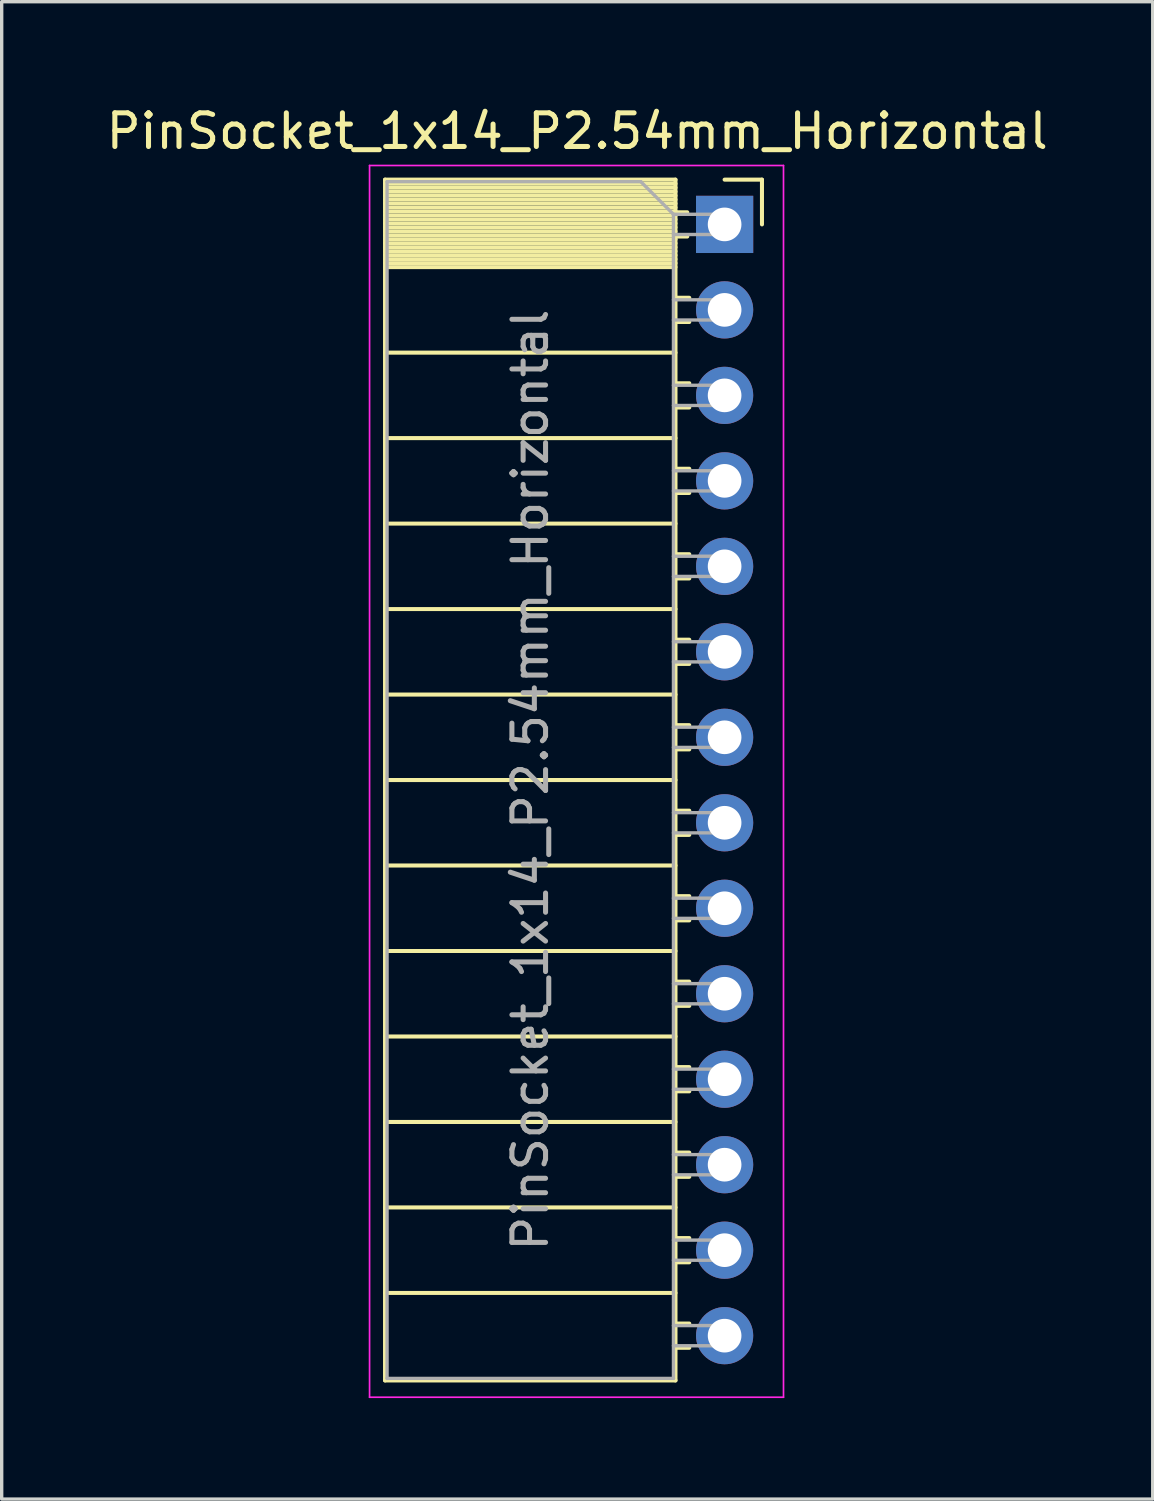
<source format=kicad_pcb>
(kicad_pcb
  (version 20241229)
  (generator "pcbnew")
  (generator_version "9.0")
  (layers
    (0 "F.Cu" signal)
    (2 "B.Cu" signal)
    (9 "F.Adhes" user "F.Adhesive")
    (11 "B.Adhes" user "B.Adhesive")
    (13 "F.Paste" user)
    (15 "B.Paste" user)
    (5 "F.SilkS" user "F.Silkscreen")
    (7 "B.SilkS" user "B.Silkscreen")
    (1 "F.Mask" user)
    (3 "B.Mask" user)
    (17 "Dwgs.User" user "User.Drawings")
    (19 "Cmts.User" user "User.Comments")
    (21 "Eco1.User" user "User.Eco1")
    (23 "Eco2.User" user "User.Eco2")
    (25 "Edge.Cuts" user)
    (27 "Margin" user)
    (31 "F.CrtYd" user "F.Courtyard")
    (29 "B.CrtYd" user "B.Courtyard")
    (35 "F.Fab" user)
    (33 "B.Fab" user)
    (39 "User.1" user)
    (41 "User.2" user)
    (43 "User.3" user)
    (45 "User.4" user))
  (footprint "PinSocket_1x14_P2.54mm_Horizontal"
    (layer "F.Cu")
    (at 18.481 3.618)
    (property "Reference" "PinSocket_1x14_P2.54mm_Horizontal" (at -4.38 -2.77 0) (layer "F.SilkS") (effects (font (size 1 1) (thickness 0.15))))
    (attr through_hole)
    (fp_line (start -10.09 -1.33) (end -10.09 34.35) (stroke (width 0.12) (type solid)) (layer "F.SilkS"))
    (fp_line (start -10.09 -1.33) (end -1.46 -1.33) (stroke (width 0.12) (type solid)) (layer "F.SilkS"))
    (fp_line (start -10.09 -1.21) (end -1.46 -1.21) (stroke (width 0.12) (type solid)) (layer "F.SilkS"))
    (fp_line (start -10.09 -1.092) (end -1.46 -1.092) (stroke (width 0.12) (type solid)) (layer "F.SilkS"))
    (fp_line (start -10.09 -0.974) (end -1.46 -0.974) (stroke (width 0.12) (type solid)) (layer "F.SilkS"))
    (fp_line (start -10.09 -0.856) (end -1.46 -0.856) (stroke (width 0.12) (type solid)) (layer "F.SilkS"))
    (fp_line (start -10.09 -0.738) (end -1.46 -0.738) (stroke (width 0.12) (type solid)) (layer "F.SilkS"))
    (fp_line (start -10.09 -0.62) (end -1.46 -0.62) (stroke (width 0.12) (type solid)) (layer "F.SilkS"))
    (fp_line (start -10.09 -0.501) (end -1.46 -0.501) (stroke (width 0.12) (type solid)) (layer "F.SilkS"))
    (fp_line (start -10.09 -0.383) (end -1.46 -0.383) (stroke (width 0.12) (type solid)) (layer "F.SilkS"))
    (fp_line (start -10.09 -0.265) (end -1.46 -0.265) (stroke (width 0.12) (type solid)) (layer "F.SilkS"))
    (fp_line (start -10.09 -0.147) (end -1.46 -0.147) (stroke (width 0.12) (type solid)) (layer "F.SilkS"))
    (fp_line (start -10.09 -0.029) (end -1.46 -0.029) (stroke (width 0.12) (type solid)) (layer "F.SilkS"))
    (fp_line (start -10.09 0.089) (end -1.46 0.089) (stroke (width 0.12) (type solid)) (layer "F.SilkS"))
    (fp_line (start -10.09 0.207) (end -1.46 0.207) (stroke (width 0.12) (type solid)) (layer "F.SilkS"))
    (fp_line (start -10.09 0.325) (end -1.46 0.325) (stroke (width 0.12) (type solid)) (layer "F.SilkS"))
    (fp_line (start -10.09 0.443) (end -1.46 0.443) (stroke (width 0.12) (type solid)) (layer "F.SilkS"))
    (fp_line (start -10.09 0.561) (end -1.46 0.561) (stroke (width 0.12) (type solid)) (layer "F.SilkS"))
    (fp_line (start -10.09 0.68) (end -1.46 0.68) (stroke (width 0.12) (type solid)) (layer "F.SilkS"))
    (fp_line (start -10.09 0.798) (end -1.46 0.798) (stroke (width 0.12) (type solid)) (layer "F.SilkS"))
    (fp_line (start -10.09 0.916) (end -1.46 0.916) (stroke (width 0.12) (type solid)) (layer "F.SilkS"))
    (fp_line (start -10.09 1.034) (end -1.46 1.034) (stroke (width 0.12) (type solid)) (layer "F.SilkS"))
    (fp_line (start -10.09 1.152) (end -1.46 1.152) (stroke (width 0.12) (type solid)) (layer "F.SilkS"))
    (fp_line (start -10.09 1.27) (end -1.46 1.27) (stroke (width 0.12) (type solid)) (layer "F.SilkS"))
    (fp_line (start -10.09 3.81) (end -1.46 3.81) (stroke (width 0.12) (type solid)) (layer "F.SilkS"))
    (fp_line (start -10.09 6.35) (end -1.46 6.35) (stroke (width 0.12) (type solid)) (layer "F.SilkS"))
    (fp_line (start -10.09 8.89) (end -1.46 8.89) (stroke (width 0.12) (type solid)) (layer "F.SilkS"))
    (fp_line (start -10.09 11.43) (end -1.46 11.43) (stroke (width 0.12) (type solid)) (layer "F.SilkS"))
    (fp_line (start -10.09 13.97) (end -1.46 13.97) (stroke (width 0.12) (type solid)) (layer "F.SilkS"))
    (fp_line (start -10.09 16.51) (end -1.46 16.51) (stroke (width 0.12) (type solid)) (layer "F.SilkS"))
    (fp_line (start -10.09 19.05) (end -1.46 19.05) (stroke (width 0.12) (type solid)) (layer "F.SilkS"))
    (fp_line (start -10.09 21.59) (end -1.46 21.59) (stroke (width 0.12) (type solid)) (layer "F.SilkS"))
    (fp_line (start -10.09 24.13) (end -1.46 24.13) (stroke (width 0.12) (type solid)) (layer "F.SilkS"))
    (fp_line (start -10.09 26.67) (end -1.46 26.67) (stroke (width 0.12) (type solid)) (layer "F.SilkS"))
    (fp_line (start -10.09 29.21) (end -1.46 29.21) (stroke (width 0.12) (type solid)) (layer "F.SilkS"))
    (fp_line (start -10.09 31.75) (end -1.46 31.75) (stroke (width 0.12) (type solid)) (layer "F.SilkS"))
    (fp_line (start -10.09 34.35) (end -1.46 34.35) (stroke (width 0.12) (type solid)) (layer "F.SilkS"))
    (fp_line (start -1.46 -1.33) (end -1.46 34.35) (stroke (width 0.12) (type solid)) (layer "F.SilkS"))
    (fp_line (start -1.46 -0.36) (end -1.11 -0.36) (stroke (width 0.12) (type solid)) (layer "F.SilkS"))
    (fp_line (start -1.46 0.36) (end -1.11 0.36) (stroke (width 0.12) (type solid)) (layer "F.SilkS"))
    (fp_line (start -1.46 2.18) (end -1.05 2.18) (stroke (width 0.12) (type solid)) (layer "F.SilkS"))
    (fp_line (start -1.46 2.9) (end -1.05 2.9) (stroke (width 0.12) (type solid)) (layer "F.SilkS"))
    (fp_line (start -1.46 4.72) (end -1.05 4.72) (stroke (width 0.12) (type solid)) (layer "F.SilkS"))
    (fp_line (start -1.46 5.44) (end -1.05 5.44) (stroke (width 0.12) (type solid)) (layer "F.SilkS"))
    (fp_line (start -1.46 7.26) (end -1.05 7.26) (stroke (width 0.12) (type solid)) (layer "F.SilkS"))
    (fp_line (start -1.46 7.98) (end -1.05 7.98) (stroke (width 0.12) (type solid)) (layer "F.SilkS"))
    (fp_line (start -1.46 9.8) (end -1.05 9.8) (stroke (width 0.12) (type solid)) (layer "F.SilkS"))
    (fp_line (start -1.46 10.52) (end -1.05 10.52) (stroke (width 0.12) (type solid)) (layer "F.SilkS"))
    (fp_line (start -1.46 12.34) (end -1.05 12.34) (stroke (width 0.12) (type solid)) (layer "F.SilkS"))
    (fp_line (start -1.46 13.06) (end -1.05 13.06) (stroke (width 0.12) (type solid)) (layer "F.SilkS"))
    (fp_line (start -1.46 14.88) (end -1.05 14.88) (stroke (width 0.12) (type solid)) (layer "F.SilkS"))
    (fp_line (start -1.46 15.6) (end -1.05 15.6) (stroke (width 0.12) (type solid)) (layer "F.SilkS"))
    (fp_line (start -1.46 17.42) (end -1.05 17.42) (stroke (width 0.12) (type solid)) (layer "F.SilkS"))
    (fp_line (start -1.46 18.14) (end -1.05 18.14) (stroke (width 0.12) (type solid)) (layer "F.SilkS"))
    (fp_line (start -1.46 19.96) (end -1.05 19.96) (stroke (width 0.12) (type solid)) (layer "F.SilkS"))
    (fp_line (start -1.46 20.68) (end -1.05 20.68) (stroke (width 0.12) (type solid)) (layer "F.SilkS"))
    (fp_line (start -1.46 22.5) (end -1.05 22.5) (stroke (width 0.12) (type solid)) (layer "F.SilkS"))
    (fp_line (start -1.46 23.22) (end -1.05 23.22) (stroke (width 0.12) (type solid)) (layer "F.SilkS"))
    (fp_line (start -1.46 25.04) (end -1.05 25.04) (stroke (width 0.12) (type solid)) (layer "F.SilkS"))
    (fp_line (start -1.46 25.76) (end -1.05 25.76) (stroke (width 0.12) (type solid)) (layer "F.SilkS"))
    (fp_line (start -1.46 27.58) (end -1.05 27.58) (stroke (width 0.12) (type solid)) (layer "F.SilkS"))
    (fp_line (start -1.46 28.3) (end -1.05 28.3) (stroke (width 0.12) (type solid)) (layer "F.SilkS"))
    (fp_line (start -1.46 30.12) (end -1.05 30.12) (stroke (width 0.12) (type solid)) (layer "F.SilkS"))
    (fp_line (start -1.46 30.84) (end -1.05 30.84) (stroke (width 0.12) (type solid)) (layer "F.SilkS"))
    (fp_line (start -1.46 32.66) (end -1.05 32.66) (stroke (width 0.12) (type solid)) (layer "F.SilkS"))
    (fp_line (start -1.46 33.38) (end -1.05 33.38) (stroke (width 0.12) (type solid)) (layer "F.SilkS"))
    (fp_line (start 0 -1.33) (end 1.11 -1.33) (stroke (width 0.12) (type solid)) (layer "F.SilkS"))
    (fp_line (start 1.11 -1.33) (end 1.11 0) (stroke (width 0.12) (type solid)) (layer "F.SilkS"))
    (fp_line (start -10.55 -1.75) (end -10.55 34.85) (stroke (width 0.05) (type solid)) (layer "F.CrtYd"))
    (fp_line (start -10.55 34.85) (end 1.75 34.85) (stroke (width 0.05) (type solid)) (layer "F.CrtYd"))
    (fp_line (start 1.75 -1.75) (end -10.55 -1.75) (stroke (width 0.05) (type solid)) (layer "F.CrtYd"))
    (fp_line (start 1.75 34.85) (end 1.75 -1.75) (stroke (width 0.05) (type solid)) (layer "F.CrtYd"))
    (fp_line (start -10.03 -1.27) (end -2.49 -1.27) (stroke (width 0.1) (type solid)) (layer "F.Fab"))
    (fp_line (start -10.03 34.29) (end -10.03 -1.27) (stroke (width 0.1) (type solid)) (layer "F.Fab"))
    (fp_line (start -2.49 -1.27) (end -1.52 -0.3) (stroke (width 0.1) (type solid)) (layer "F.Fab"))
    (fp_line (start -1.52 -0.3) (end -1.52 34.29) (stroke (width 0.1) (type solid)) (layer "F.Fab"))
    (fp_line (start -1.52 0.3) (end 0 0.3) (stroke (width 0.1) (type solid)) (layer "F.Fab"))
    (fp_line (start -1.52 2.84) (end 0 2.84) (stroke (width 0.1) (type solid)) (layer "F.Fab"))
    (fp_line (start -1.52 5.38) (end 0 5.38) (stroke (width 0.1) (type solid)) (layer "F.Fab"))
    (fp_line (start -1.52 7.92) (end 0 7.92) (stroke (width 0.1) (type solid)) (layer "F.Fab"))
    (fp_line (start -1.52 10.46) (end 0 10.46) (stroke (width 0.1) (type solid)) (layer "F.Fab"))
    (fp_line (start -1.52 13) (end 0 13) (stroke (width 0.1) (type solid)) (layer "F.Fab"))
    (fp_line (start -1.52 15.54) (end 0 15.54) (stroke (width 0.1) (type solid)) (layer "F.Fab"))
    (fp_line (start -1.52 18.08) (end 0 18.08) (stroke (width 0.1) (type solid)) (layer "F.Fab"))
    (fp_line (start -1.52 20.62) (end 0 20.62) (stroke (width 0.1) (type solid)) (layer "F.Fab"))
    (fp_line (start -1.52 23.16) (end 0 23.16) (stroke (width 0.1) (type solid)) (layer "F.Fab"))
    (fp_line (start -1.52 25.7) (end 0 25.7) (stroke (width 0.1) (type solid)) (layer "F.Fab"))
    (fp_line (start -1.52 28.24) (end 0 28.24) (stroke (width 0.1) (type solid)) (layer "F.Fab"))
    (fp_line (start -1.52 30.78) (end 0 30.78) (stroke (width 0.1) (type solid)) (layer "F.Fab"))
    (fp_line (start -1.52 33.32) (end 0 33.32) (stroke (width 0.1) (type solid)) (layer "F.Fab"))
    (fp_line (start -1.52 34.29) (end -10.03 34.29) (stroke (width 0.1) (type solid)) (layer "F.Fab"))
    (fp_line (start 0 -0.3) (end -1.52 -0.3) (stroke (width 0.1) (type solid)) (layer "F.Fab"))
    (fp_line (start 0 0.3) (end 0 -0.3) (stroke (width 0.1) (type solid)) (layer "F.Fab"))
    (fp_line (start 0 2.24) (end -1.52 2.24) (stroke (width 0.1) (type solid)) (layer "F.Fab"))
    (fp_line (start 0 2.84) (end 0 2.24) (stroke (width 0.1) (type solid)) (layer "F.Fab"))
    (fp_line (start 0 4.78) (end -1.52 4.78) (stroke (width 0.1) (type solid)) (layer "F.Fab"))
    (fp_line (start 0 5.38) (end 0 4.78) (stroke (width 0.1) (type solid)) (layer "F.Fab"))
    (fp_line (start 0 7.32) (end -1.52 7.32) (stroke (width 0.1) (type solid)) (layer "F.Fab"))
    (fp_line (start 0 7.92) (end 0 7.32) (stroke (width 0.1) (type solid)) (layer "F.Fab"))
    (fp_line (start 0 9.86) (end -1.52 9.86) (stroke (width 0.1) (type solid)) (layer "F.Fab"))
    (fp_line (start 0 10.46) (end 0 9.86) (stroke (width 0.1) (type solid)) (layer "F.Fab"))
    (fp_line (start 0 12.4) (end -1.52 12.4) (stroke (width 0.1) (type solid)) (layer "F.Fab"))
    (fp_line (start 0 13) (end 0 12.4) (stroke (width 0.1) (type solid)) (layer "F.Fab"))
    (fp_line (start 0 14.94) (end -1.52 14.94) (stroke (width 0.1) (type solid)) (layer "F.Fab"))
    (fp_line (start 0 15.54) (end 0 14.94) (stroke (width 0.1) (type solid)) (layer "F.Fab"))
    (fp_line (start 0 17.48) (end -1.52 17.48) (stroke (width 0.1) (type solid)) (layer "F.Fab"))
    (fp_line (start 0 18.08) (end 0 17.48) (stroke (width 0.1) (type solid)) (layer "F.Fab"))
    (fp_line (start 0 20.02) (end -1.52 20.02) (stroke (width 0.1) (type solid)) (layer "F.Fab"))
    (fp_line (start 0 20.62) (end 0 20.02) (stroke (width 0.1) (type solid)) (layer "F.Fab"))
    (fp_line (start 0 22.56) (end -1.52 22.56) (stroke (width 0.1) (type solid)) (layer "F.Fab"))
    (fp_line (start 0 23.16) (end 0 22.56) (stroke (width 0.1) (type solid)) (layer "F.Fab"))
    (fp_line (start 0 25.1) (end -1.52 25.1) (stroke (width 0.1) (type solid)) (layer "F.Fab"))
    (fp_line (start 0 25.7) (end 0 25.1) (stroke (width 0.1) (type solid)) (layer "F.Fab"))
    (fp_line (start 0 27.64) (end -1.52 27.64) (stroke (width 0.1) (type solid)) (layer "F.Fab"))
    (fp_line (start 0 28.24) (end 0 27.64) (stroke (width 0.1) (type solid)) (layer "F.Fab"))
    (fp_line (start 0 30.18) (end -1.52 30.18) (stroke (width 0.1) (type solid)) (layer "F.Fab"))
    (fp_line (start 0 30.78) (end 0 30.18) (stroke (width 0.1) (type solid)) (layer "F.Fab"))
    (fp_line (start 0 32.72) (end -1.52 32.72) (stroke (width 0.1) (type solid)) (layer "F.Fab"))
    (fp_line (start 0 33.32) (end 0 32.72) (stroke (width 0.1) (type solid)) (layer "F.Fab"))
    (fp_text user "${REFERENCE}" (at -5.775 16.51 90) (layer "F.Fab") (effects (font (size 1 1) (thickness 0.15))))
    (pad "1" thru_hole rect (at 0 0) (size 1.7 1.7) (drill 1) (layers "*.Cu" "*.Mask"))
    (pad "2" thru_hole circle (at 0 2.54) (size 1.7 1.7) (drill 1) (layers "*.Cu" "*.Mask"))
    (pad "3" thru_hole circle (at 0 5.08) (size 1.7 1.7) (drill 1) (layers "*.Cu" "*.Mask"))
    (pad "4" thru_hole circle (at 0 7.62) (size 1.7 1.7) (drill 1) (layers "*.Cu" "*.Mask"))
    (pad "5" thru_hole circle (at 0 10.16) (size 1.7 1.7) (drill 1) (layers "*.Cu" "*.Mask"))
    (pad "6" thru_hole circle (at 0 12.7) (size 1.7 1.7) (drill 1) (layers "*.Cu" "*.Mask"))
    (pad "7" thru_hole circle (at 0 15.24) (size 1.7 1.7) (drill 1) (layers "*.Cu" "*.Mask"))
    (pad "8" thru_hole circle (at 0 17.78) (size 1.7 1.7) (drill 1) (layers "*.Cu" "*.Mask"))
    (pad "9" thru_hole circle (at 0 20.32) (size 1.7 1.7) (drill 1) (layers "*.Cu" "*.Mask"))
    (pad "10" thru_hole circle (at 0 22.86) (size 1.7 1.7) (drill 1) (layers "*.Cu" "*.Mask"))
    (pad "11" thru_hole circle (at 0 25.4) (size 1.7 1.7) (drill 1) (layers "*.Cu" "*.Mask"))
    (pad "12" thru_hole circle (at 0 27.94) (size 1.7 1.7) (drill 1) (layers "*.Cu" "*.Mask"))
    (pad "13" thru_hole circle (at 0 30.48) (size 1.7 1.7) (drill 1) (layers "*.Cu" "*.Mask"))
    (pad "14" thru_hole circle (at 0 33.02) (size 1.7 1.7) (drill 1) (layers "*.Cu" "*.Mask")))
  (gr_rect
    (start -3 -3)
    (end 31.202 41.493)
    (stroke (width 0.1) (type default))
    (fill no)
    (layer "Edge.Cuts")))
</source>
